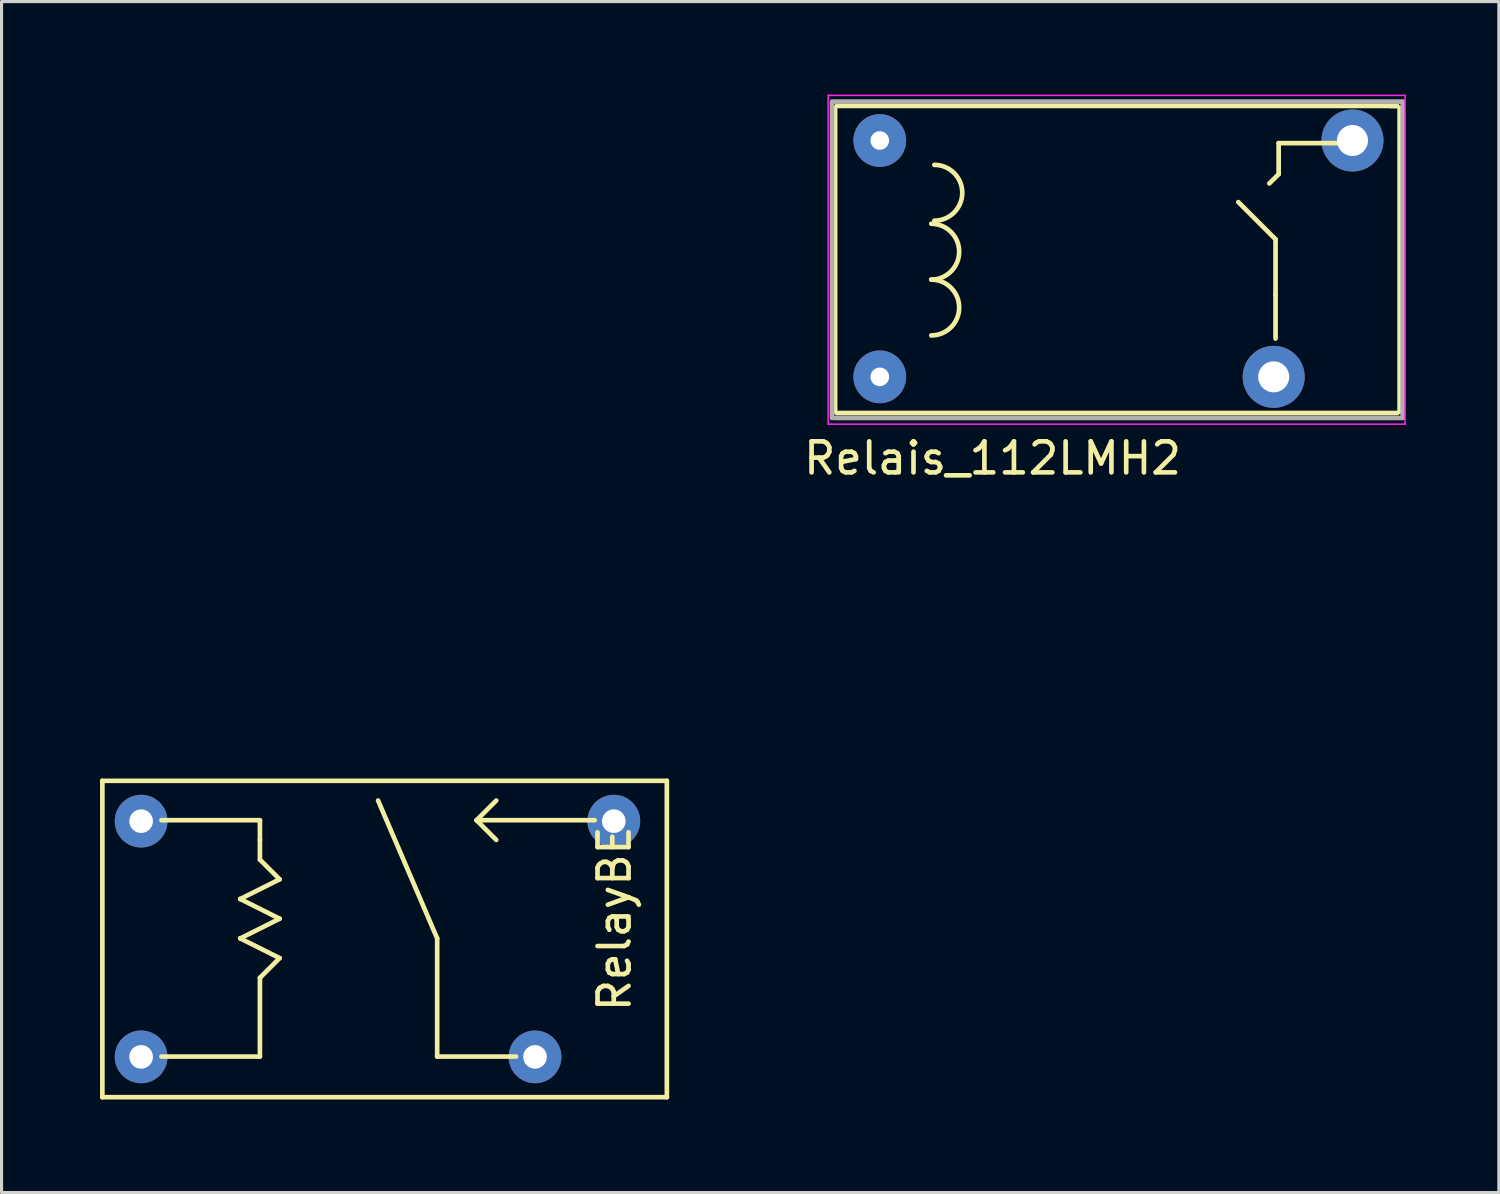
<source format=kicad_pcb>
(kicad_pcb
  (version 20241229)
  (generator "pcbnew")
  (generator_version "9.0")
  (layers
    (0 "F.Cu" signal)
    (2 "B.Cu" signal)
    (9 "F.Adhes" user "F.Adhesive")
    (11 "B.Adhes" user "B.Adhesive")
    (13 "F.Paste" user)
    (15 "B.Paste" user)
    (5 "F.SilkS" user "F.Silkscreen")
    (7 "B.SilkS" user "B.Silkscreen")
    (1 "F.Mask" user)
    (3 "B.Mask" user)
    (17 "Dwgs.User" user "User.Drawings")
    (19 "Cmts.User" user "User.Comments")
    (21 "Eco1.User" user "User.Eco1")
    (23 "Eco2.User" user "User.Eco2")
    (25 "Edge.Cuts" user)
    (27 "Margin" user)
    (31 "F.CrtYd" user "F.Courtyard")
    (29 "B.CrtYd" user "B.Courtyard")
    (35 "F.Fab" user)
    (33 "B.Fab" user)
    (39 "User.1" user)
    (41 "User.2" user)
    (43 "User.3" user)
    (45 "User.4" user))
  (footprint "RelayBE"
    (layer "F.Cu")
    (at 0.25 22.125)
    (property "Reference" "RelayBE" (at 16.51 4.445 90) (layer "F.SilkS") (effects (font (size 1 1) (thickness 0.15))))
    (attr through_hole)
    (fp_line (start 0 0) (end 0 10.2) (stroke (width 0.15) (type solid)) (layer "F.SilkS"))
    (fp_line (start 0 10.2) (end 18.2 10.2) (stroke (width 0.15) (type solid)) (layer "F.SilkS"))
    (fp_line (start 1.905 1.27) (end 5.08 1.27) (stroke (width 0.15) (type solid)) (layer "F.SilkS"))
    (fp_line (start 4.445 3.81) (end 5.715 4.445) (stroke (width 0.15) (type solid)) (layer "F.SilkS"))
    (fp_line (start 4.445 5.08) (end 5.715 5.715) (stroke (width 0.15) (type solid)) (layer "F.SilkS"))
    (fp_line (start 5.08 1.27) (end 5.08 1.905) (stroke (width 0.15) (type solid)) (layer "F.SilkS"))
    (fp_line (start 5.08 1.905) (end 5.08 2.54) (stroke (width 0.15) (type solid)) (layer "F.SilkS"))
    (fp_line (start 5.08 2.54) (end 5.715 3.175) (stroke (width 0.15) (type solid)) (layer "F.SilkS"))
    (fp_line (start 5.08 6.35) (end 5.08 8.89) (stroke (width 0.15) (type solid)) (layer "F.SilkS"))
    (fp_line (start 5.08 8.89) (end 1.905 8.89) (stroke (width 0.15) (type solid)) (layer "F.SilkS"))
    (fp_line (start 5.715 3.175) (end 4.445 3.81) (stroke (width 0.15) (type solid)) (layer "F.SilkS"))
    (fp_line (start 5.715 4.445) (end 4.445 5.08) (stroke (width 0.15) (type solid)) (layer "F.SilkS"))
    (fp_line (start 5.715 5.715) (end 5.08 6.35) (stroke (width 0.15) (type solid)) (layer "F.SilkS"))
    (fp_line (start 8.89 0.635) (end 10.795 5.08) (stroke (width 0.15) (type solid)) (layer "F.SilkS"))
    (fp_line (start 10.795 5.08) (end 10.795 8.89) (stroke (width 0.15) (type solid)) (layer "F.SilkS"))
    (fp_line (start 12.065 1.27) (end 12.7 0.635) (stroke (width 0.15) (type solid)) (layer "F.SilkS"))
    (fp_line (start 12.7 1.905) (end 12.065 1.27) (stroke (width 0.15) (type solid)) (layer "F.SilkS"))
    (fp_line (start 13.335 8.89) (end 10.795 8.89) (stroke (width 0.15) (type solid)) (layer "F.SilkS"))
    (fp_line (start 15.875 1.27) (end 12.065 1.27) (stroke (width 0.15) (type solid)) (layer "F.SilkS"))
    (fp_line (start 18.2 0) (end 0 0) (stroke (width 0.15) (type solid)) (layer "F.SilkS"))
    (fp_line (start 18.2 10.2) (end 18.2 0) (stroke (width 0.15) (type solid)) (layer "F.SilkS"))
    (pad "1" thru_hole circle (at 13.95 8.9 90) (size 1.7 1.7) (drill 0.762) (layers "*.Cu" "*.Mask"))
    (pad "2" thru_hole circle (at 1.25 8.9) (size 1.7 1.7) (drill 0.762) (layers "*.Cu" "*.Mask"))
    (pad "6" thru_hole circle (at 1.25 1.3) (size 1.7 1.7) (drill 0.762) (layers "*.Cu" "*.Mask"))
    (pad "7" thru_hole circle (at 16.49 1.3) (size 1.7 1.7) (drill 0.762) (layers "*.Cu" "*.Mask")))
  (footprint "Relais_112LMH2"
    (layer "F.Cu")
    (at 0.25 18.625)
    (property "Reference" "Relais_112LMH2" (at 28.7 -6.9 0) (layer "F.SilkS") (effects (font (size 1 1) (thickness 0.15))))
    (attr through_hole)
    (fp_line (start 23.625 -8.4) (end 23.625 -18.2) (stroke (width 0.15) (type solid)) (layer "F.SilkS"))
    (fp_line (start 23.68 -18.26) (end 41.75 -18.26) (stroke (width 0.15) (type solid)) (layer "F.SilkS"))
    (fp_line (start 37.625 -15.76) (end 37.925 -16.06) (stroke (width 0.15) (type solid)) (layer "F.SilkS"))
    (fp_line (start 37.825 -13.96) (end 36.625 -15.16) (stroke (width 0.15) (type solid)) (layer "F.SilkS"))
    (fp_line (start 37.825 -12.16) (end 37.825 -13.96) (stroke (width 0.15) (type solid)) (layer "F.SilkS"))
    (fp_line (start 37.825 -10.76) (end 37.825 -12.16) (stroke (width 0.15) (type solid)) (layer "F.SilkS"))
    (fp_line (start 37.925 -17.06) (end 37.925 -16.06) (stroke (width 0.15) (type solid)) (layer "F.SilkS"))
    (fp_line (start 40.325 -17.06) (end 37.925 -17.06) (stroke (width 0.15) (type solid)) (layer "F.SilkS"))
    (fp_line (start 41.525 -18.26) (end 41.725 -18.26) (stroke (width 0.15) (type solid)) (layer "F.SilkS"))
    (fp_line (start 41.75 -8.36) (end 23.68 -8.36) (stroke (width 0.15) (type solid)) (layer "F.SilkS"))
    (fp_line (start 41.825 -18.2) (end 41.825 -8.4) (stroke (width 0.15) (type solid)) (layer "F.SilkS"))
    (fp_arc (start 26.725 -14.46) (mid 27.625 -13.56) (end 26.725 -12.66) (stroke (width 0.15) (type solid)) (layer "F.SilkS"))
    (fp_arc (start 26.725 -12.66) (mid 27.625 -11.76) (end 26.725 -10.86) (stroke (width 0.15) (type solid)) (layer "F.SilkS"))
    (fp_arc (start 26.825 -16.36) (mid 27.725 -15.46) (end 26.825 -14.56) (stroke (width 0.15) (type solid)) (layer "F.SilkS"))
    (fp_line (start 23.4 -18.6) (end 23.5 -18.6) (stroke (width 0.05) (type solid)) (layer "F.CrtYd"))
    (fp_line (start 23.4 -8) (end 23.4 -18.6) (stroke (width 0.05) (type solid)) (layer "F.CrtYd"))
    (fp_line (start 23.5 -18.6) (end 42 -18.6) (stroke (width 0.05) (type solid)) (layer "F.CrtYd"))
    (fp_line (start 23.5 -8) (end 23.4 -8) (stroke (width 0.05) (type solid)) (layer "F.CrtYd"))
    (fp_line (start 42 -18.6) (end 42 -8) (stroke (width 0.05) (type solid)) (layer "F.CrtYd"))
    (fp_line (start 42 -8) (end 23.5 -8) (stroke (width 0.05) (type solid)) (layer "F.CrtYd"))
    (fp_line (start 23.525 -8.2) (end 23.525 -18.4) (stroke (width 0.15) (type solid)) (layer "F.Fab"))
    (fp_line (start 23.6 -18.4) (end 41.9 -18.4) (stroke (width 0.15) (type solid)) (layer "F.Fab"))
    (fp_line (start 41.9 -8.2) (end 23.6 -8.2) (stroke (width 0.15) (type solid)) (layer "F.Fab"))
    (fp_line (start 41.925 -18.4) (end 41.925 -8.2) (stroke (width 0.15) (type solid)) (layer "F.Fab"))
    (pad "b1" thru_hole circle (at 25.065 -9.525) (size 1.7 1.7) (drill 0.6) (layers "*.Cu" "*.Mask"))
    (pad "b2" thru_hole circle (at 25.065 -17.145) (size 1.7 1.7) (drill 0.6) (layers "*.Cu" "*.Mask"))
    (pad "c1" thru_hole circle (at 37.765 -9.525) (size 2 2) (drill 1) (layers "*.Cu" "*.Mask"))
    (pad "c2" thru_hole circle (at 40.305 -17.145) (size 2 2) (drill 1) (layers "*.Cu" "*.Mask")))
  (gr_rect
    (start -3 -3)
    (end 45.275 35.4)
    (stroke (width 0.1) (type default))
    (fill no)
    (layer "Edge.Cuts")))
</source>
